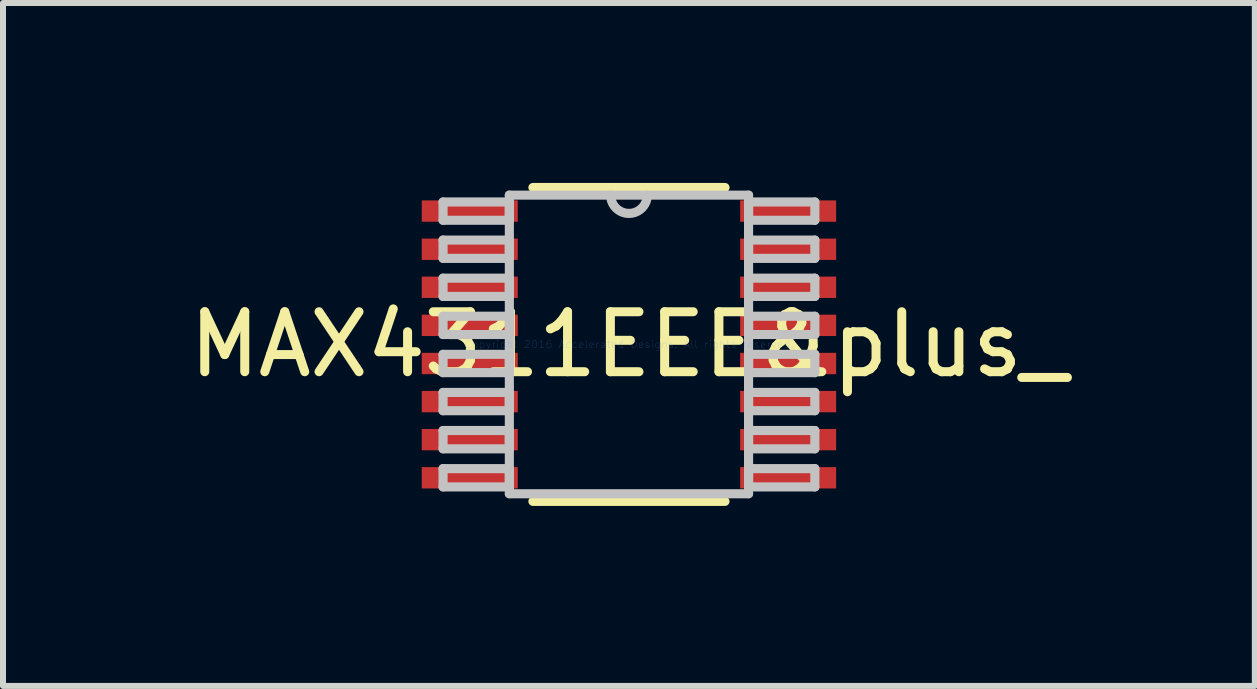
<source format=kicad_pcb>
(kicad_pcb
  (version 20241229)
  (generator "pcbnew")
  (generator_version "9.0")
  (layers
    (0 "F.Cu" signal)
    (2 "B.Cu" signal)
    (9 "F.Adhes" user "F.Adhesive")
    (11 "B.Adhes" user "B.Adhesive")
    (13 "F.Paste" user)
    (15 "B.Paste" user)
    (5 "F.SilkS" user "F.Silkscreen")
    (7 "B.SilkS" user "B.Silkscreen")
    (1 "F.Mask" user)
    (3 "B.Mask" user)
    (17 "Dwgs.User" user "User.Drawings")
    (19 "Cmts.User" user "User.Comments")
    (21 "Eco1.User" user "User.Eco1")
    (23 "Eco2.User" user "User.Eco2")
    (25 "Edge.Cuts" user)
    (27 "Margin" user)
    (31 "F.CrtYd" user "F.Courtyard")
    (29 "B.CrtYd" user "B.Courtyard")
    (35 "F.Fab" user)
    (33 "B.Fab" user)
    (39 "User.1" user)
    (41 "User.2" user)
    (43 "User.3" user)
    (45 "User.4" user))
  (footprint "MAX4311EEE&plus_"
    (layer "F.Cu")
    (at 7.435 2.692)
    (property "Reference" "MAX4311EEE&plus_" (at 0 0 0) (layer "F.SilkS") (effects (font (size 1 1) (thickness 0.15))))
    (attr through_hole)
    (fp_line (start -1.601 2.616) (end 1.601 2.616) (stroke (width 0.152) (type solid)) (layer "F.SilkS"))
    (fp_line (start 1.601 -2.616) (end -1.601 -2.616) (stroke (width 0.152) (type solid)) (layer "F.SilkS"))
    (fp_line (start -3.099 -2.375) (end -3.099 -2.07) (stroke (width 0.152) (type solid)) (layer "Dwgs.User"))
    (fp_line (start -3.099 -2.07) (end -1.994 -2.07) (stroke (width 0.152) (type solid)) (layer "Dwgs.User"))
    (fp_line (start -3.099 -1.74) (end -3.099 -1.435) (stroke (width 0.152) (type solid)) (layer "Dwgs.User"))
    (fp_line (start -3.099 -1.435) (end -1.994 -1.435) (stroke (width 0.152) (type solid)) (layer "Dwgs.User"))
    (fp_line (start -3.099 -1.105) (end -3.099 -0.8) (stroke (width 0.152) (type solid)) (layer "Dwgs.User"))
    (fp_line (start -3.099 -0.8) (end -1.994 -0.8) (stroke (width 0.152) (type solid)) (layer "Dwgs.User"))
    (fp_line (start -3.099 -0.47) (end -3.099 -0.165) (stroke (width 0.152) (type solid)) (layer "Dwgs.User"))
    (fp_line (start -3.099 -0.165) (end -1.994 -0.165) (stroke (width 0.152) (type solid)) (layer "Dwgs.User"))
    (fp_line (start -3.099 0.165) (end -3.099 0.47) (stroke (width 0.152) (type solid)) (layer "Dwgs.User"))
    (fp_line (start -3.099 0.47) (end -1.994 0.47) (stroke (width 0.152) (type solid)) (layer "Dwgs.User"))
    (fp_line (start -3.099 0.8) (end -3.099 1.105) (stroke (width 0.152) (type solid)) (layer "Dwgs.User"))
    (fp_line (start -3.099 1.105) (end -1.994 1.105) (stroke (width 0.152) (type solid)) (layer "Dwgs.User"))
    (fp_line (start -3.099 1.435) (end -3.099 1.74) (stroke (width 0.152) (type solid)) (layer "Dwgs.User"))
    (fp_line (start -3.099 1.74) (end -1.994 1.74) (stroke (width 0.152) (type solid)) (layer "Dwgs.User"))
    (fp_line (start -3.099 2.07) (end -3.099 2.375) (stroke (width 0.152) (type solid)) (layer "Dwgs.User"))
    (fp_line (start -3.099 2.375) (end -1.994 2.375) (stroke (width 0.152) (type solid)) (layer "Dwgs.User"))
    (fp_line (start -1.994 -2.489) (end -1.994 2.489) (stroke (width 0.152) (type solid)) (layer "Dwgs.User"))
    (fp_line (start -1.994 -2.375) (end -3.099 -2.375) (stroke (width 0.152) (type solid)) (layer "Dwgs.User"))
    (fp_line (start -1.994 -2.07) (end -1.994 -2.375) (stroke (width 0.152) (type solid)) (layer "Dwgs.User"))
    (fp_line (start -1.994 -1.74) (end -3.099 -1.74) (stroke (width 0.152) (type solid)) (layer "Dwgs.User"))
    (fp_line (start -1.994 -1.435) (end -1.994 -1.74) (stroke (width 0.152) (type solid)) (layer "Dwgs.User"))
    (fp_line (start -1.994 -1.105) (end -3.099 -1.105) (stroke (width 0.152) (type solid)) (layer "Dwgs.User"))
    (fp_line (start -1.994 -0.8) (end -1.994 -1.105) (stroke (width 0.152) (type solid)) (layer "Dwgs.User"))
    (fp_line (start -1.994 -0.47) (end -3.099 -0.47) (stroke (width 0.152) (type solid)) (layer "Dwgs.User"))
    (fp_line (start -1.994 -0.165) (end -1.994 -0.47) (stroke (width 0.152) (type solid)) (layer "Dwgs.User"))
    (fp_line (start -1.994 0.165) (end -3.099 0.165) (stroke (width 0.152) (type solid)) (layer "Dwgs.User"))
    (fp_line (start -1.994 0.47) (end -1.994 0.165) (stroke (width 0.152) (type solid)) (layer "Dwgs.User"))
    (fp_line (start -1.994 0.8) (end -3.099 0.8) (stroke (width 0.152) (type solid)) (layer "Dwgs.User"))
    (fp_line (start -1.994 1.105) (end -1.994 0.8) (stroke (width 0.152) (type solid)) (layer "Dwgs.User"))
    (fp_line (start -1.994 1.435) (end -3.099 1.435) (stroke (width 0.152) (type solid)) (layer "Dwgs.User"))
    (fp_line (start -1.994 1.74) (end -1.994 1.435) (stroke (width 0.152) (type solid)) (layer "Dwgs.User"))
    (fp_line (start -1.994 2.07) (end -3.099 2.07) (stroke (width 0.152) (type solid)) (layer "Dwgs.User"))
    (fp_line (start -1.994 2.375) (end -1.994 2.07) (stroke (width 0.152) (type solid)) (layer "Dwgs.User"))
    (fp_line (start -1.994 2.489) (end 1.994 2.489) (stroke (width 0.152) (type solid)) (layer "Dwgs.User"))
    (fp_line (start 1.994 -2.489) (end -1.994 -2.489) (stroke (width 0.152) (type solid)) (layer "Dwgs.User"))
    (fp_line (start 1.994 -2.375) (end 1.994 -2.07) (stroke (width 0.152) (type solid)) (layer "Dwgs.User"))
    (fp_line (start 1.994 -2.07) (end 3.099 -2.07) (stroke (width 0.152) (type solid)) (layer "Dwgs.User"))
    (fp_line (start 1.994 -1.74) (end 1.994 -1.435) (stroke (width 0.152) (type solid)) (layer "Dwgs.User"))
    (fp_line (start 1.994 -1.435) (end 3.099 -1.435) (stroke (width 0.152) (type solid)) (layer "Dwgs.User"))
    (fp_line (start 1.994 -1.105) (end 1.994 -0.8) (stroke (width 0.152) (type solid)) (layer "Dwgs.User"))
    (fp_line (start 1.994 -0.8) (end 3.099 -0.8) (stroke (width 0.152) (type solid)) (layer "Dwgs.User"))
    (fp_line (start 1.994 -0.47) (end 1.994 -0.165) (stroke (width 0.152) (type solid)) (layer "Dwgs.User"))
    (fp_line (start 1.994 -0.165) (end 3.099 -0.165) (stroke (width 0.152) (type solid)) (layer "Dwgs.User"))
    (fp_line (start 1.994 0.165) (end 1.994 0.47) (stroke (width 0.152) (type solid)) (layer "Dwgs.User"))
    (fp_line (start 1.994 0.47) (end 3.099 0.47) (stroke (width 0.152) (type solid)) (layer "Dwgs.User"))
    (fp_line (start 1.994 0.8) (end 1.994 1.105) (stroke (width 0.152) (type solid)) (layer "Dwgs.User"))
    (fp_line (start 1.994 1.105) (end 3.099 1.105) (stroke (width 0.152) (type solid)) (layer "Dwgs.User"))
    (fp_line (start 1.994 1.435) (end 1.994 1.74) (stroke (width 0.152) (type solid)) (layer "Dwgs.User"))
    (fp_line (start 1.994 1.74) (end 3.099 1.74) (stroke (width 0.152) (type solid)) (layer "Dwgs.User"))
    (fp_line (start 1.994 2.07) (end 1.994 2.375) (stroke (width 0.152) (type solid)) (layer "Dwgs.User"))
    (fp_line (start 1.994 2.375) (end 3.099 2.375) (stroke (width 0.152) (type solid)) (layer "Dwgs.User"))
    (fp_line (start 1.994 2.489) (end 1.994 -2.489) (stroke (width 0.152) (type solid)) (layer "Dwgs.User"))
    (fp_line (start 3.099 -2.375) (end 1.994 -2.375) (stroke (width 0.152) (type solid)) (layer "Dwgs.User"))
    (fp_line (start 3.099 -2.07) (end 3.099 -2.375) (stroke (width 0.152) (type solid)) (layer "Dwgs.User"))
    (fp_line (start 3.099 -1.74) (end 1.994 -1.74) (stroke (width 0.152) (type solid)) (layer "Dwgs.User"))
    (fp_line (start 3.099 -1.435) (end 3.099 -1.74) (stroke (width 0.152) (type solid)) (layer "Dwgs.User"))
    (fp_line (start 3.099 -1.105) (end 1.994 -1.105) (stroke (width 0.152) (type solid)) (layer "Dwgs.User"))
    (fp_line (start 3.099 -0.8) (end 3.099 -1.105) (stroke (width 0.152) (type solid)) (layer "Dwgs.User"))
    (fp_line (start 3.099 -0.47) (end 1.994 -0.47) (stroke (width 0.152) (type solid)) (layer "Dwgs.User"))
    (fp_line (start 3.099 -0.165) (end 3.099 -0.47) (stroke (width 0.152) (type solid)) (layer "Dwgs.User"))
    (fp_line (start 3.099 0.165) (end 1.994 0.165) (stroke (width 0.152) (type solid)) (layer "Dwgs.User"))
    (fp_line (start 3.099 0.47) (end 3.099 0.165) (stroke (width 0.152) (type solid)) (layer "Dwgs.User"))
    (fp_line (start 3.099 0.8) (end 1.994 0.8) (stroke (width 0.152) (type solid)) (layer "Dwgs.User"))
    (fp_line (start 3.099 1.105) (end 3.099 0.8) (stroke (width 0.152) (type solid)) (layer "Dwgs.User"))
    (fp_line (start 3.099 1.435) (end 1.994 1.435) (stroke (width 0.152) (type solid)) (layer "Dwgs.User"))
    (fp_line (start 3.099 1.74) (end 3.099 1.435) (stroke (width 0.152) (type solid)) (layer "Dwgs.User"))
    (fp_line (start 3.099 2.07) (end 1.994 2.07) (stroke (width 0.152) (type solid)) (layer "Dwgs.User"))
    (fp_line (start 3.099 2.375) (end 3.099 2.07) (stroke (width 0.152) (type solid)) (layer "Dwgs.User"))
    (fp_arc (start 0.3048 -2.4892) (mid 0 -2.1844) (end -0.3048 -2.4892) (stroke (width 0.1524) (type solid)) (layer "Dwgs.User"))
    (fp_text user "Copyright 2016 Accelerated Designs. All rights reserved." (at 0 0 0) (layer "Cmts.User") (effects (font (size 0.127 0.127) (thickness 0.002))))
    (pad "1" smd rect (at -2.654 -2.223) (size 1.6 0.356) (layers "F.Cu" "F.Mask" "F.Paste"))
    (pad "2" smd rect (at -2.654 -1.587) (size 1.6 0.356) (layers "F.Cu" "F.Mask" "F.Paste"))
    (pad "3" smd rect (at -2.654 -0.953) (size 1.6 0.356) (layers "F.Cu" "F.Mask" "F.Paste"))
    (pad "4" smd rect (at -2.654 -0.318) (size 1.6 0.356) (layers "F.Cu" "F.Mask" "F.Paste"))
    (pad "5" smd rect (at -2.654 0.318) (size 1.6 0.356) (layers "F.Cu" "F.Mask" "F.Paste"))
    (pad "6" smd rect (at -2.654 0.953) (size 1.6 0.356) (layers "F.Cu" "F.Mask" "F.Paste"))
    (pad "7" smd rect (at -2.654 1.587) (size 1.6 0.356) (layers "F.Cu" "F.Mask" "F.Paste"))
    (pad "8" smd rect (at -2.654 2.223) (size 1.6 0.356) (layers "F.Cu" "F.Mask" "F.Paste"))
    (pad "9" smd rect (at 2.654 2.223) (size 1.6 0.356) (layers "F.Cu" "F.Mask" "F.Paste"))
    (pad "10" smd rect (at 2.654 1.587) (size 1.6 0.356) (layers "F.Cu" "F.Mask" "F.Paste"))
    (pad "11" smd rect (at 2.654 0.953) (size 1.6 0.356) (layers "F.Cu" "F.Mask" "F.Paste"))
    (pad "12" smd rect (at 2.654 0.318) (size 1.6 0.356) (layers "F.Cu" "F.Mask" "F.Paste"))
    (pad "13" smd rect (at 2.654 -0.318) (size 1.6 0.356) (layers "F.Cu" "F.Mask" "F.Paste"))
    (pad "14" smd rect (at 2.654 -0.953) (size 1.6 0.356) (layers "F.Cu" "F.Mask" "F.Paste"))
    (pad "15" smd rect (at 2.654 -1.587) (size 1.6 0.356) (layers "F.Cu" "F.Mask" "F.Paste"))
    (pad "16" smd rect (at 2.654 -2.223) (size 1.6 0.356) (layers "F.Cu" "F.Mask" "F.Paste")))
  (gr_rect
    (start -3 -3)
    (end 17.869 8.385)
    (stroke (width 0.1) (type default))
    (fill no)
    (layer "Edge.Cuts")))
</source>
